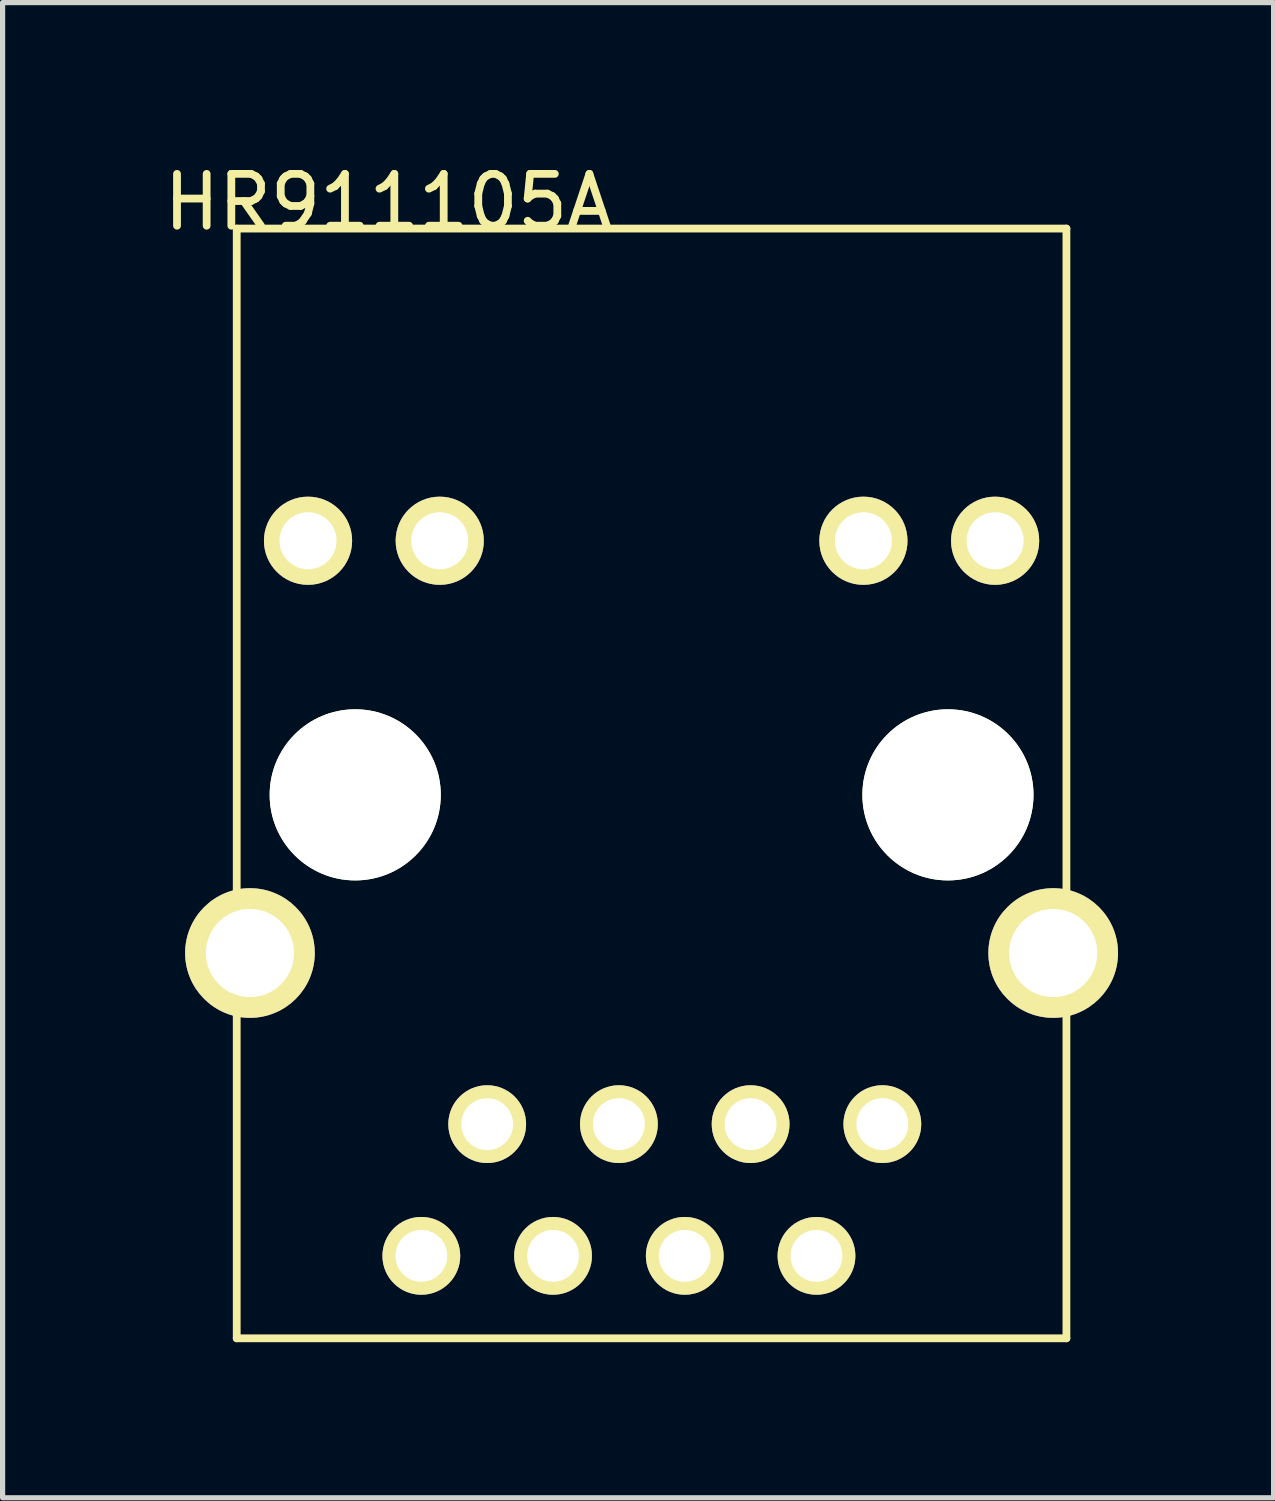
<source format=kicad_pcb>
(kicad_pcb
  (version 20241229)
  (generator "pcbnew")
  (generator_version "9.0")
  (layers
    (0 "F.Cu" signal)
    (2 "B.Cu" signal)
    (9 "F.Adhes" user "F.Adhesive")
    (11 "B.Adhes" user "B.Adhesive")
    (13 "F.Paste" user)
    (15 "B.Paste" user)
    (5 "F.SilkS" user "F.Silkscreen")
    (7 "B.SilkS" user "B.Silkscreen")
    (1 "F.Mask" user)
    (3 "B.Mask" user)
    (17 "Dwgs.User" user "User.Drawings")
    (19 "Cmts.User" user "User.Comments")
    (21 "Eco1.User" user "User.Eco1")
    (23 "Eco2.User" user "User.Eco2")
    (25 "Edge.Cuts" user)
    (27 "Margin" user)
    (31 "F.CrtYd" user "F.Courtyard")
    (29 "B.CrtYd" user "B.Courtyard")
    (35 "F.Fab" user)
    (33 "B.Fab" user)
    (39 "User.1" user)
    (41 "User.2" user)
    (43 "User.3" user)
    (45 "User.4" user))
  (footprint "HR911105A"
    (layer "F.Cu")
    (at 9.515 12.278)
    (property "Reference" "HR911105A" (at -5.08 -11.43 0) (layer "F.SilkS") (effects (font (size 1 1) (thickness 0.15))))
    (attr through_hole)
    (fp_line (start -8 -10.92) (end -8 10.48) (stroke (width 0.15) (type solid)) (layer "F.SilkS"))
    (fp_line (start -8 -10.92) (end 8 -10.92) (stroke (width 0.15) (type solid)) (layer "F.SilkS"))
    (fp_line (start -8 10.48) (end 8 10.48) (stroke (width 0.15) (type solid)) (layer "F.SilkS"))
    (fp_line (start 8 -10.92) (end 8 10.48) (stroke (width 0.15) (type solid)) (layer "F.SilkS"))
    (pad "" np_thru_hole circle (at -5.715 0) (size 3.3 3.3) (drill 3.3) (layers "*.Cu" "*.Mask" "F.SilkS"))
    (pad "" np_thru_hole circle (at 5.715 0) (size 3.3 3.3) (drill 3.3) (layers "*.Cu" "*.Mask" "F.SilkS"))
    (pad "1" thru_hole circle (at 4.45 6.35) (size 1.5 1.5) (drill 1) (layers "*.Cu" "*.Mask" "F.SilkS"))
    (pad "2" thru_hole circle (at 3.18 8.89) (size 1.5 1.5) (drill 1) (layers "*.Cu" "*.Mask" "F.SilkS"))
    (pad "3" thru_hole circle (at 1.91 6.35) (size 1.5 1.5) (drill 1) (layers "*.Cu" "*.Mask" "F.SilkS"))
    (pad "4" thru_hole circle (at 0.64 8.89) (size 1.5 1.5) (drill 1) (layers "*.Cu" "*.Mask" "F.SilkS"))
    (pad "5" thru_hole circle (at -0.63 6.35) (size 1.5 1.5) (drill 1) (layers "*.Cu" "*.Mask" "F.SilkS"))
    (pad "6" thru_hole circle (at -1.9 8.89) (size 1.5 1.5) (drill 1) (layers "*.Cu" "*.Mask" "F.SilkS"))
    (pad "7" thru_hole circle (at -3.17 6.35) (size 1.5 1.5) (drill 1) (layers "*.Cu" "*.Mask" "F.SilkS"))
    (pad "8" thru_hole circle (at -4.44 8.89) (size 1.5 1.5) (drill 1) (layers "*.Cu" "*.Mask" "F.SilkS"))
    (pad "9" thru_hole circle (at 6.625 -4.9) (size 1.7 1.7) (drill 1.1) (layers "*.Cu" "*.Mask" "F.SilkS"))
    (pad "10" thru_hole circle (at 4.085 -4.9) (size 1.7 1.7) (drill 1.1) (layers "*.Cu" "*.Mask" "F.SilkS"))
    (pad "11" thru_hole circle (at -4.085 -4.9) (size 1.7 1.7) (drill 1.1) (layers "*.Cu" "*.Mask" "F.SilkS"))
    (pad "12" thru_hole circle (at -6.625 -4.9) (size 1.7 1.7) (drill 1.1) (layers "*.Cu" "*.Mask" "F.SilkS"))
    (pad "13" thru_hole circle (at -7.745 3.05) (size 2.5 2.5) (drill 1.7) (layers "*.Cu" "*.Mask" "F.SilkS"))
    (pad "13" thru_hole circle (at 7.745 3.05) (size 2.5 2.5) (drill 1.7) (layers "*.Cu" "*.Mask" "F.SilkS")))
  (gr_rect
    (start -3 -3)
    (end 21.51 25.833)
    (stroke (width 0.1) (type default))
    (fill no)
    (layer "Edge.Cuts")))
</source>
